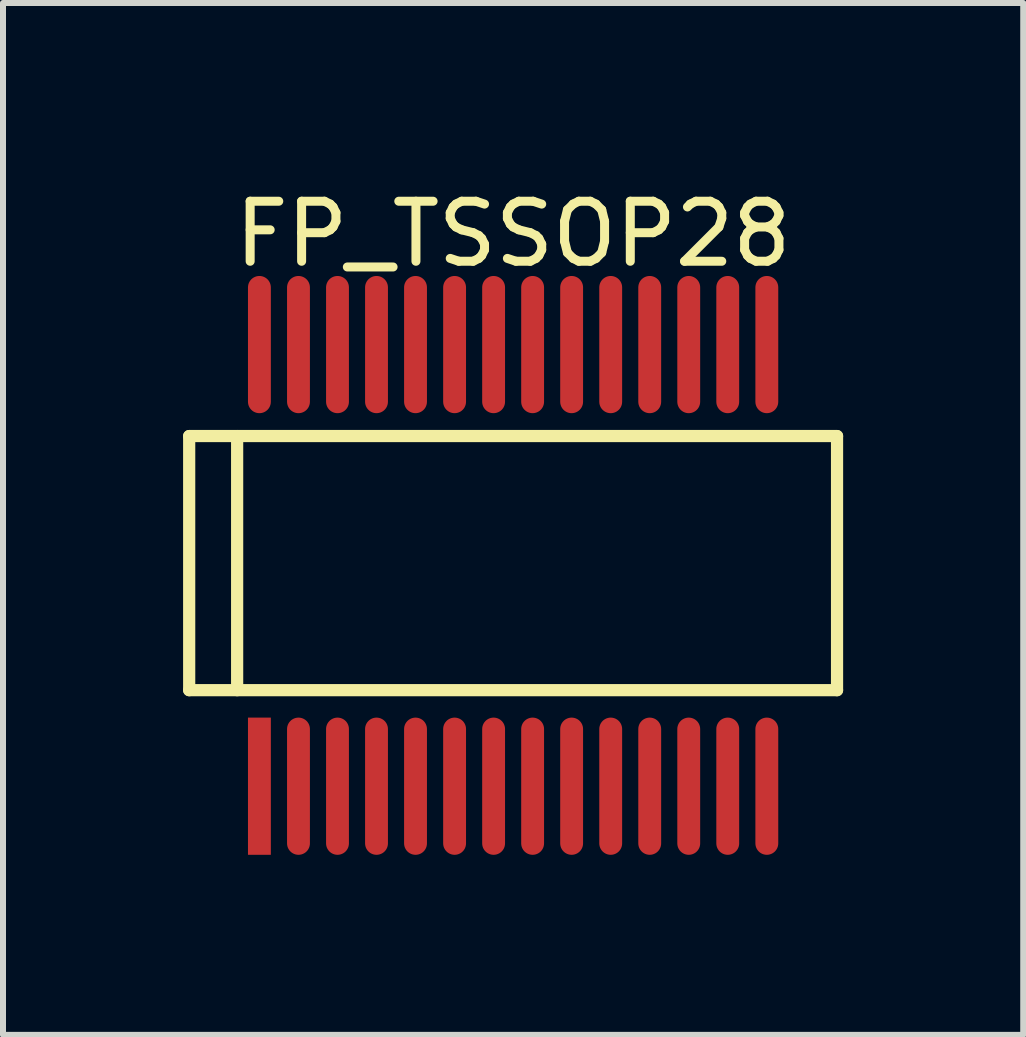
<source format=kicad_pcb>
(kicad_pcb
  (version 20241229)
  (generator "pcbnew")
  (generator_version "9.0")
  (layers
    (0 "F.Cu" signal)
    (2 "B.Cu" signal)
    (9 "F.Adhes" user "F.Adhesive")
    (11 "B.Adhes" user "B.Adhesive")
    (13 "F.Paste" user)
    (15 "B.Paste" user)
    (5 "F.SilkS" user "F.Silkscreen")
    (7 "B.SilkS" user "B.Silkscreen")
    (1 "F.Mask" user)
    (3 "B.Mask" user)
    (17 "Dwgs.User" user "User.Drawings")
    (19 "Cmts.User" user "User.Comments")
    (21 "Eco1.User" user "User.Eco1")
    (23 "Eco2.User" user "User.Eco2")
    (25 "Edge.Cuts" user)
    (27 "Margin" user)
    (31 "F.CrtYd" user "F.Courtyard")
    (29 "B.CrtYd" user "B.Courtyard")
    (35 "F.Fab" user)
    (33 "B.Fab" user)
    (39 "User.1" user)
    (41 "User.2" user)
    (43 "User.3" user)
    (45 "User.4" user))
  (footprint "FP_TSSOP28"
    (layer "F.Cu")
    (at 5.499 6.37)
    (property "Reference" "FP_TSSOP28" (at 0 -5.522 0) (layer "F.SilkS") (effects (font (size 1 1) (thickness 0.15))))
    (fp_line (start -5.397 -2.155) (end 5.397 -2.155) (stroke (width 0.203) (type solid)) (layer "F.SilkS"))
    (fp_line (start -5.397 2.079) (end -5.397 -2.155) (stroke (width 0.203) (type solid)) (layer "F.SilkS"))
    (fp_line (start -5.397 2.079) (end 5.397 2.079) (stroke (width 0.203) (type solid)) (layer "F.SilkS"))
    (fp_line (start -4.598 2.079) (end -4.598 -2.155) (stroke (width 0.203) (type solid)) (layer "F.SilkS"))
    (fp_line (start 5.397 2.079) (end 5.397 -2.155) (stroke (width 0.203) (type solid)) (layer "F.SilkS"))
    (pad "1" smd rect (at -4.227 3.679 90) (size 2.286 0.381) (layers "F.Cu" "F.Mask" "F.Paste"))
    (pad "2" smd oval (at -3.576 3.679 90) (size 2.286 0.381) (layers "F.Cu" "F.Mask" "F.Paste"))
    (pad "3" smd oval (at -2.926 3.679 90) (size 2.286 0.381) (layers "F.Cu" "F.Mask" "F.Paste"))
    (pad "4" smd oval (at -2.276 3.679 90) (size 2.286 0.381) (layers "F.Cu" "F.Mask" "F.Paste"))
    (pad "5" smd oval (at -1.626 3.679 90) (size 2.286 0.381) (layers "F.Cu" "F.Mask" "F.Paste"))
    (pad "6" smd oval (at -0.975 3.679 90) (size 2.286 0.381) (layers "F.Cu" "F.Mask" "F.Paste"))
    (pad "7" smd oval (at -0.325 3.679 90) (size 2.286 0.381) (layers "F.Cu" "F.Mask" "F.Paste"))
    (pad "8" smd oval (at 0.325 3.679 90) (size 2.286 0.381) (layers "F.Cu" "F.Mask" "F.Paste"))
    (pad "9" smd oval (at 0.975 3.679 90) (size 2.286 0.381) (layers "F.Cu" "F.Mask" "F.Paste"))
    (pad "10" smd oval (at 1.626 3.679 90) (size 2.286 0.381) (layers "F.Cu" "F.Mask" "F.Paste"))
    (pad "11" smd oval (at 2.276 3.679 90) (size 2.286 0.381) (layers "F.Cu" "F.Mask" "F.Paste"))
    (pad "12" smd oval (at 2.926 3.679 90) (size 2.286 0.381) (layers "F.Cu" "F.Mask" "F.Paste"))
    (pad "13" smd oval (at 3.576 3.679 90) (size 2.286 0.381) (layers "F.Cu" "F.Mask" "F.Paste"))
    (pad "14" smd oval (at 4.227 3.679 90) (size 2.286 0.381) (layers "F.Cu" "F.Mask" "F.Paste"))
    (pad "15" smd oval (at 4.227 -3.679 90) (size 2.286 0.381) (layers "F.Cu" "F.Mask" "F.Paste"))
    (pad "16" smd oval (at 3.576 -3.679 90) (size 2.286 0.381) (layers "F.Cu" "F.Mask" "F.Paste"))
    (pad "17" smd oval (at 2.926 -3.679 90) (size 2.286 0.381) (layers "F.Cu" "F.Mask" "F.Paste"))
    (pad "18" smd oval (at 2.276 -3.679 90) (size 2.286 0.381) (layers "F.Cu" "F.Mask" "F.Paste"))
    (pad "19" smd oval (at 1.626 -3.679 90) (size 2.286 0.381) (layers "F.Cu" "F.Mask" "F.Paste"))
    (pad "20" smd oval (at 0.975 -3.679 90) (size 2.286 0.381) (layers "F.Cu" "F.Mask" "F.Paste"))
    (pad "21" smd oval (at 0.325 -3.679 90) (size 2.286 0.381) (layers "F.Cu" "F.Mask" "F.Paste"))
    (pad "22" smd oval (at -0.325 -3.679 90) (size 2.286 0.381) (layers "F.Cu" "F.Mask" "F.Paste"))
    (pad "23" smd oval (at -0.975 -3.679 90) (size 2.286 0.381) (layers "F.Cu" "F.Mask" "F.Paste"))
    (pad "24" smd oval (at -1.626 -3.679 90) (size 2.286 0.381) (layers "F.Cu" "F.Mask" "F.Paste"))
    (pad "25" smd oval (at -2.276 -3.679 90) (size 2.286 0.381) (layers "F.Cu" "F.Mask" "F.Paste"))
    (pad "26" smd oval (at -2.926 -3.679 90) (size 2.286 0.381) (layers "F.Cu" "F.Mask" "F.Paste"))
    (pad "27" smd oval (at -3.576 -3.679 90) (size 2.286 0.381) (layers "F.Cu" "F.Mask" "F.Paste"))
    (pad "28" smd oval (at -4.227 -3.679 90) (size 2.286 0.381) (layers "F.Cu" "F.Mask" "F.Paste")))
  (gr_rect
    (start -3 -3)
    (end 13.998 14.192)
    (stroke (width 0.1) (type default))
    (fill no)
    (layer "Edge.Cuts")))
</source>
